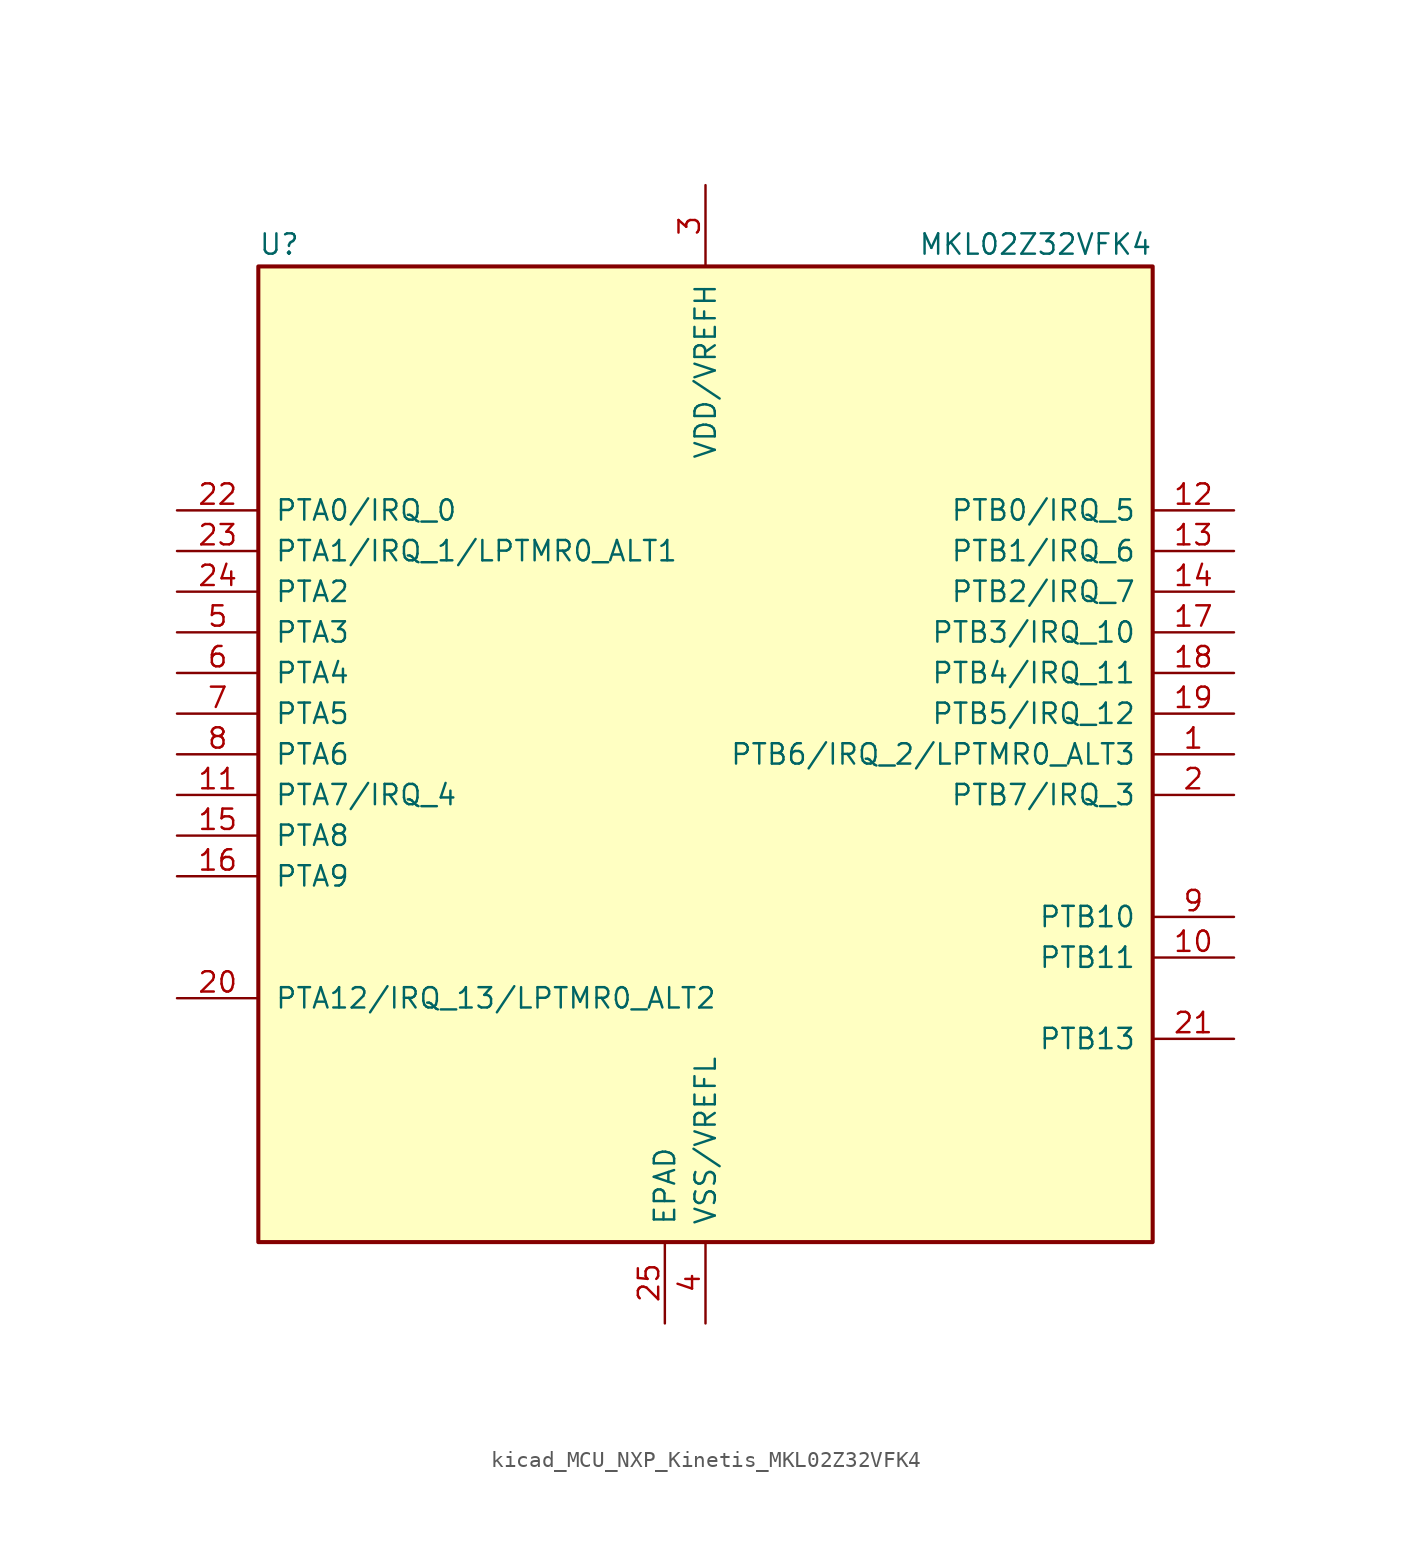
<source format=kicad_sym>
(kicad_symbol_lib
  (version 20220914)
  (generator kicad_symbol_editor)
  (symbol "kicad_MCU_NXP_Kinetis_MKL02Z32VFK4"
    (pin_names
      (offset 1.016))
    (property "Reference" "U"
      (at -27.94 31.115 0)
      (effects (font (size 1.27 1.27)) (justify left bottom)))
    (property "Value" "MKL02Z32VFK4"
      (at 27.94 31.115 0)
      (effects (font (size 1.27 1.27)) (justify right bottom)))
    (symbol "kicad_MCU_NXP_Kinetis_MKL02Z32VFK4_0_1"
      (rectangle (start -27.94 30.48) (end 27.94 -30.48) (stroke (width 0.254) (type default)) (fill (type background))))
    (symbol "kicad_MCU_NXP_Kinetis_MKL02Z32VFK4_1_1"
      (pin bidirectional line (at 33.02 0 180) (length 5.08) (name "PTB6/IRQ_2/LPTMR0_ALT3" (effects (font (size 1.27 1.27)))) (number "1" (effects (font (size 1.27 1.27)))))
      (pin bidirectional line (at 33.02 -12.7 180) (length 5.08) (name "PTB11" (effects (font (size 1.27 1.27)))) (number "10" (effects (font (size 1.27 1.27)))))
      (pin bidirectional line (at -33.02 -2.54 0) (length 5.08) (name "PTA7/IRQ_4" (effects (font (size 1.27 1.27)))) (number "11" (effects (font (size 1.27 1.27)))))
      (pin bidirectional line (at 33.02 15.24 180) (length 5.08) (name "PTB0/IRQ_5" (effects (font (size 1.27 1.27)))) (number "12" (effects (font (size 1.27 1.27)))))
      (pin bidirectional line (at 33.02 12.7 180) (length 5.08) (name "PTB1/IRQ_6" (effects (font (size 1.27 1.27)))) (number "13" (effects (font (size 1.27 1.27)))))
      (pin bidirectional line (at 33.02 10.16 180) (length 5.08) (name "PTB2/IRQ_7" (effects (font (size 1.27 1.27)))) (number "14" (effects (font (size 1.27 1.27)))))
      (pin bidirectional line (at -33.02 -5.08 0) (length 5.08) (name "PTA8" (effects (font (size 1.27 1.27)))) (number "15" (effects (font (size 1.27 1.27)))))
      (pin bidirectional line (at -33.02 -7.62 0) (length 5.08) (name "PTA9" (effects (font (size 1.27 1.27)))) (number "16" (effects (font (size 1.27 1.27)))))
      (pin bidirectional line (at 33.02 7.62 180) (length 5.08) (name "PTB3/IRQ_10" (effects (font (size 1.27 1.27)))) (number "17" (effects (font (size 1.27 1.27)))))
      (pin bidirectional line (at 33.02 5.08 180) (length 5.08) (name "PTB4/IRQ_11" (effects (font (size 1.27 1.27)))) (number "18" (effects (font (size 1.27 1.27)))))
      (pin bidirectional line (at 33.02 2.54 180) (length 5.08) (name "PTB5/IRQ_12" (effects (font (size 1.27 1.27)))) (number "19" (effects (font (size 1.27 1.27)))))
      (pin bidirectional line (at 33.02 -2.54 180) (length 5.08) (name "PTB7/IRQ_3" (effects (font (size 1.27 1.27)))) (number "2" (effects (font (size 1.27 1.27)))))
      (pin bidirectional line (at -33.02 -15.24 0) (length 5.08) (name "PTA12/IRQ_13/LPTMR0_ALT2" (effects (font (size 1.27 1.27)))) (number "20" (effects (font (size 1.27 1.27)))))
      (pin bidirectional line (at 33.02 -17.78 180) (length 5.08) (name "PTB13" (effects (font (size 1.27 1.27)))) (number "21" (effects (font (size 1.27 1.27)))))
      (pin bidirectional line (at -33.02 15.24 0) (length 5.08) (name "PTA0/IRQ_0" (effects (font (size 1.27 1.27)))) (number "22" (effects (font (size 1.27 1.27)))))
      (pin bidirectional line (at -33.02 12.7 0) (length 5.08) (name "PTA1/IRQ_1/LPTMR0_ALT1" (effects (font (size 1.27 1.27)))) (number "23" (effects (font (size 1.27 1.27)))))
      (pin bidirectional line (at -33.02 10.16 0) (length 5.08) (name "PTA2" (effects (font (size 1.27 1.27)))) (number "24" (effects (font (size 1.27 1.27)))))
      (pin power_in line (at -2.54 -35.56 90) (length 5.08) (name "EPAD" (effects (font (size 1.27 1.27)))) (number "25" (effects (font (size 1.27 1.27)))))
      (pin power_in line (at 0 35.56 270) (length 5.08) (name "VDD/VREFH" (effects (font (size 1.27 1.27)))) (number "3" (effects (font (size 1.27 1.27)))))
      (pin power_in line (at 0 -35.56 90) (length 5.08) (name "VSS/VREFL" (effects (font (size 1.27 1.27)))) (number "4" (effects (font (size 1.27 1.27)))))
      (pin bidirectional line (at -33.02 7.62 0) (length 5.08) (name "PTA3" (effects (font (size 1.27 1.27)))) (number "5" (effects (font (size 1.27 1.27)))))
      (pin bidirectional line (at -33.02 5.08 0) (length 5.08) (name "PTA4" (effects (font (size 1.27 1.27)))) (number "6" (effects (font (size 1.27 1.27)))))
      (pin bidirectional line (at -33.02 2.54 0) (length 5.08) (name "PTA5" (effects (font (size 1.27 1.27)))) (number "7" (effects (font (size 1.27 1.27)))))
      (pin bidirectional line (at -33.02 0 0) (length 5.08) (name "PTA6" (effects (font (size 1.27 1.27)))) (number "8" (effects (font (size 1.27 1.27)))))
      (pin bidirectional line (at 33.02 -10.16 180) (length 5.08) (name "PTB10" (effects (font (size 1.27 1.27)))) (number "9" (effects (font (size 1.27 1.27))))))))
</source>
